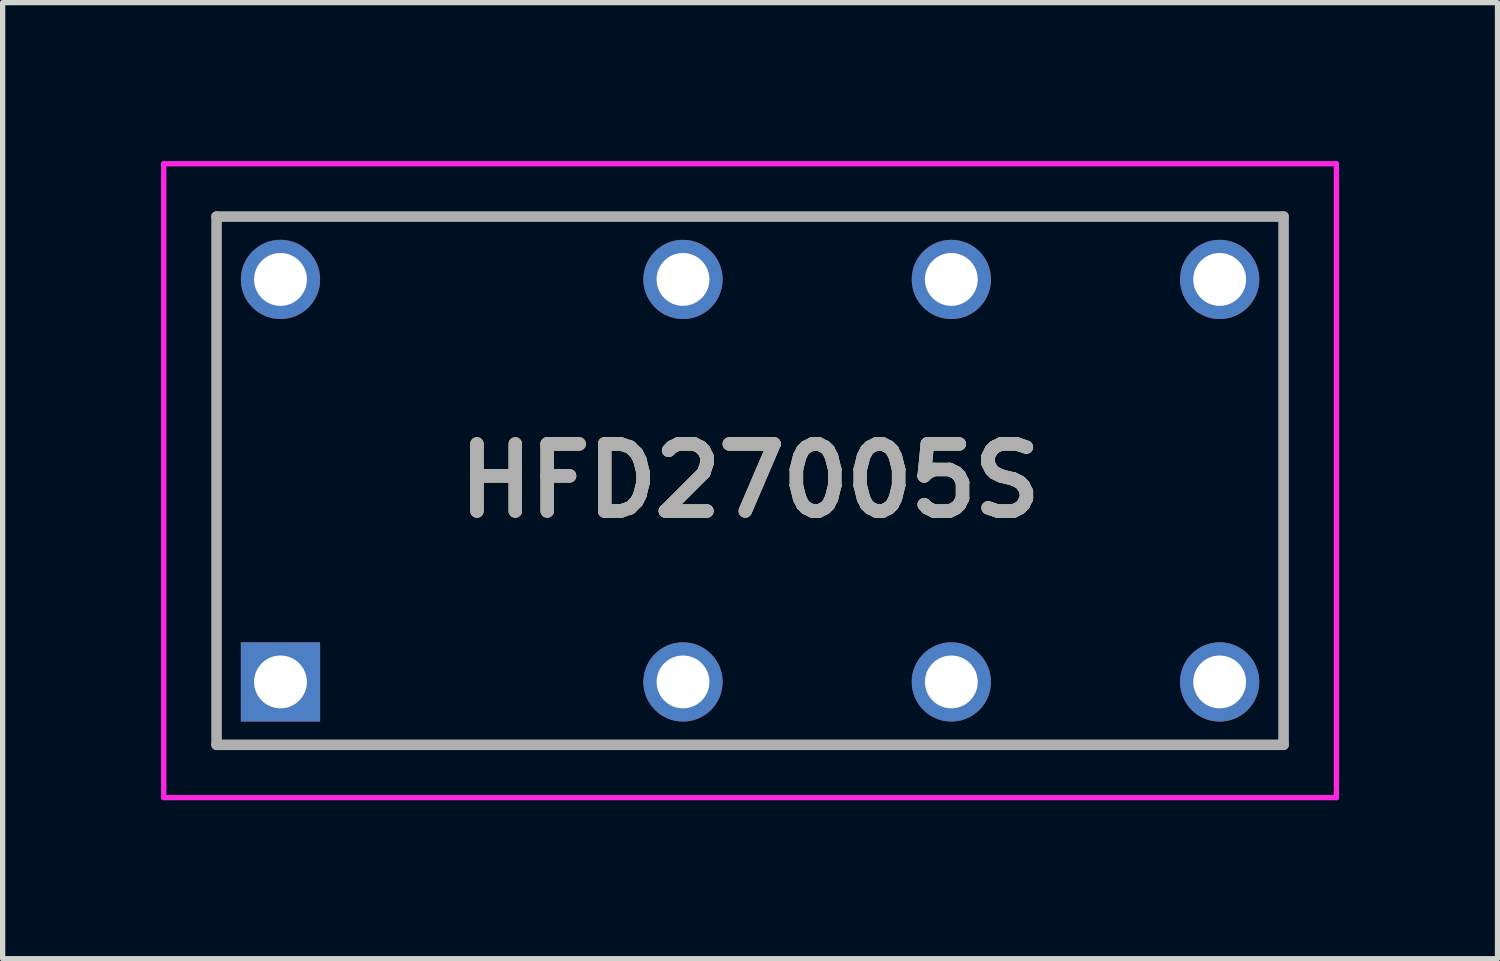
<source format=kicad_pcb>
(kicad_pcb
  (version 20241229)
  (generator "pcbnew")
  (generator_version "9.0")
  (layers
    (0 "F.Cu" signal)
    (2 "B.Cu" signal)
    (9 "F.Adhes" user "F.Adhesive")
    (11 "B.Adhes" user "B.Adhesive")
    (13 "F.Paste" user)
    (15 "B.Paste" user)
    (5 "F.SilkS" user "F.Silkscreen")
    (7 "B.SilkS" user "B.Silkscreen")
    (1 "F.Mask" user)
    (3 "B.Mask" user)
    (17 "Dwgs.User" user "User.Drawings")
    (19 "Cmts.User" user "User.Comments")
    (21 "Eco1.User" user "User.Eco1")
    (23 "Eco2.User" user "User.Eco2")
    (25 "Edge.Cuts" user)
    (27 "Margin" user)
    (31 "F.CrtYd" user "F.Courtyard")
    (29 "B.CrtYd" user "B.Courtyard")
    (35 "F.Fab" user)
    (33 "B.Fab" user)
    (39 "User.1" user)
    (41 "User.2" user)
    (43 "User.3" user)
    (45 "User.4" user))
  (footprint "HFD27005S"
    (layer "F.Cu")
    (at 2.26 9.86)
    (property "Reference" "HFD27005S" (at 8.89 -3.81 0) (layer "F.SilkS") (effects (font (size 1.27 1.27) (thickness 0.254))))
    (attr through_hole)
    (fp_line (start -1.21 -8.81) (end -1.21 1.19) (stroke (width 0.1) (type solid)) (layer "F.SilkS"))
    (fp_line (start -1.21 1.19) (end 18.99 1.19) (stroke (width 0.1) (type solid)) (layer "F.SilkS"))
    (fp_line (start 18.99 -8.81) (end -1.21 -8.81) (stroke (width 0.1) (type solid)) (layer "F.SilkS"))
    (fp_line (start 18.99 1.19) (end 18.99 -8.81) (stroke (width 0.1) (type solid)) (layer "F.SilkS"))
    (fp_line (start -2.21 -9.81) (end -2.21 2.19) (stroke (width 0.1) (type solid)) (layer "F.CrtYd"))
    (fp_line (start -2.21 2.19) (end 19.99 2.19) (stroke (width 0.1) (type solid)) (layer "F.CrtYd"))
    (fp_line (start 19.99 -9.81) (end -2.21 -9.81) (stroke (width 0.1) (type solid)) (layer "F.CrtYd"))
    (fp_line (start 19.99 2.19) (end 19.99 -9.81) (stroke (width 0.1) (type solid)) (layer "F.CrtYd"))
    (fp_line (start -1.21 -8.81) (end -1.21 1.19) (stroke (width 0.2) (type solid)) (layer "F.Fab"))
    (fp_line (start -1.21 1.19) (end 18.99 1.19) (stroke (width 0.2) (type solid)) (layer "F.Fab"))
    (fp_line (start 18.99 -8.81) (end -1.21 -8.81) (stroke (width 0.2) (type solid)) (layer "F.Fab"))
    (fp_line (start 18.99 1.19) (end 18.99 -8.81) (stroke (width 0.2) (type solid)) (layer "F.Fab"))
    (fp_text user "${REFERENCE}" (at 8.89 -3.81 0) (layer "F.Fab") (effects (font (size 1.27 1.27) (thickness 0.254))))
    (pad "1" thru_hole rect (at 0 0) (size 1.5 1.5) (drill 1) (layers "*.Cu" "*.Mask"))
    (pad "4" thru_hole circle (at 7.62 0) (size 1.5 1.5) (drill 1) (layers "*.Cu" "*.Mask"))
    (pad "6" thru_hole circle (at 12.7 0) (size 1.5 1.5) (drill 1) (layers "*.Cu" "*.Mask"))
    (pad "8" thru_hole circle (at 17.78 0) (size 1.5 1.5) (drill 1) (layers "*.Cu" "*.Mask"))
    (pad "9" thru_hole circle (at 17.78 -7.62) (size 1.5 1.5) (drill 1) (layers "*.Cu" "*.Mask"))
    (pad "11" thru_hole circle (at 12.7 -7.62) (size 1.5 1.5) (drill 1) (layers "*.Cu" "*.Mask"))
    (pad "13" thru_hole circle (at 7.62 -7.62) (size 1.5 1.5) (drill 1) (layers "*.Cu" "*.Mask"))
    (pad "16" thru_hole circle (at 0 -7.62) (size 1.5 1.5) (drill 1) (layers "*.Cu" "*.Mask")))
  (gr_rect
    (start -3 -3)
    (end 25.3 15.1)
    (stroke (width 0.1) (type default))
    (fill no)
    (layer "Edge.Cuts")))
</source>
